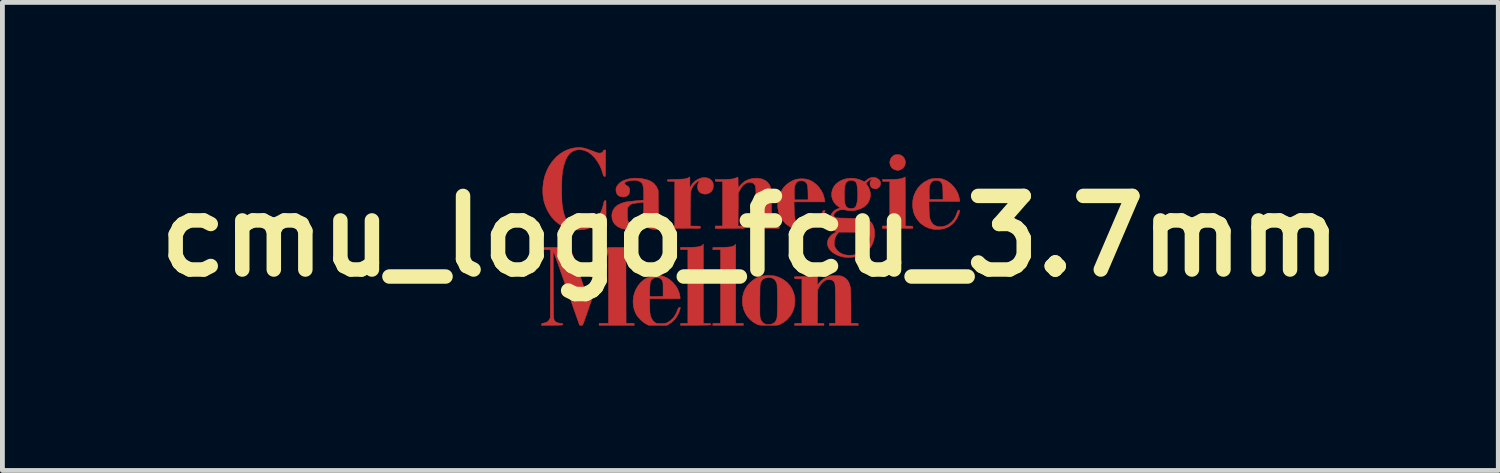
<source format=kicad_pcb>
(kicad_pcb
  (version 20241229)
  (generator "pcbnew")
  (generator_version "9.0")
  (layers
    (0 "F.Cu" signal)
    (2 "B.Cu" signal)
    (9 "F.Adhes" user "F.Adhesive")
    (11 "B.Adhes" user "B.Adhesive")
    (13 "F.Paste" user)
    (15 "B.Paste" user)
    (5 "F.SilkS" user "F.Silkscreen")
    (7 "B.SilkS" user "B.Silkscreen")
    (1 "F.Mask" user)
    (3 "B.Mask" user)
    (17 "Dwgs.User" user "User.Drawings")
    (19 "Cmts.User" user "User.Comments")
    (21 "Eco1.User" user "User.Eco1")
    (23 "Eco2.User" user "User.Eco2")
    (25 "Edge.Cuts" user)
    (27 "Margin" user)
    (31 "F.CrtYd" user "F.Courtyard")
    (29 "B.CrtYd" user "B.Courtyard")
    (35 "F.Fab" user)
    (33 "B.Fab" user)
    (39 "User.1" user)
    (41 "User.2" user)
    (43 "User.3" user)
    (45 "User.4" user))
  (footprint "cmu_logo_fcu_3.7mm"
    (layer "F.Cu")
    (at 12.49 1.842)
    (property "Reference" "cmu_logo_fcu_3.7mm" (at 0 0 0) (layer "F.SilkS") (effects (font (size 1.524 1.524) (thickness 0.3))))
    (attr through_hole)
    (fp_poly (pts (xy -0.305 1.803) (xy -0.224 1.803) (xy -0.187 1.804) (xy -0.164 1.805) (xy -0.151 1.807) (xy -0.145 1.812) (xy -0.144 1.821) (xy -0.144 1.825) (xy -0.144 1.846) (xy -0.779 1.846) (xy -0.779 1.825) (xy -0.778 1.815) (xy -0.775 1.809) (xy -0.764 1.805) (xy -0.745 1.804) (xy -0.712 1.803) (xy -0.699 1.803) (xy -0.618 1.803) (xy -0.618 0.279) (xy -0.78 0.279) (xy -0.777 0.256) (xy -0.775 0.233) (xy -0.61 0.23) (xy -0.535 0.229) (xy -0.476 0.226) (xy -0.429 0.222) (xy -0.393 0.217) (xy -0.366 0.209) (xy -0.345 0.199) (xy -0.33 0.189) (xy -0.305 0.168) (xy -0.305 1.803)) (stroke (width 0.01) (type solid)) (fill yes) (layer "F.Cu"))
    (fp_poly (pts (xy 3.082 -1.688) (xy 3.107 -1.683) (xy 3.129 -1.672) (xy 3.139 -1.666) (xy 3.176 -1.633) (xy 3.199 -1.591) (xy 3.21 -1.545) (xy 3.207 -1.497) (xy 3.191 -1.452) (xy 3.168 -1.419) (xy 3.138 -1.394) (xy 3.101 -1.375) (xy 3.065 -1.365) (xy 3.052 -1.364) (xy 3.027 -1.367) (xy 2.998 -1.374) (xy 2.994 -1.376) (xy 2.965 -1.39) (xy 2.938 -1.409) (xy 2.936 -1.411) (xy 2.906 -1.45) (xy 2.89 -1.495) (xy 2.887 -1.542) (xy 2.898 -1.589) (xy 2.921 -1.631) (xy 2.956 -1.665) (xy 2.957 -1.665) (xy 2.979 -1.679) (xy 3.001 -1.686) (xy 3.028 -1.689) (xy 3.048 -1.689) (xy 3.082 -1.688)) (stroke (width 0.01) (type solid)) (fill yes) (layer "F.Cu"))
    (fp_poly (pts (xy -0.974 1.803) (xy -0.895 1.805) (xy -0.859 1.807) (xy -0.835 1.809) (xy -0.823 1.812) (xy -0.818 1.818) (xy -0.817 1.825) (xy -0.817 1.829) (xy -0.82 1.832) (xy -0.826 1.835) (xy -0.837 1.838) (xy -0.855 1.839) (xy -0.881 1.841) (xy -0.917 1.842) (xy -0.965 1.842) (xy -1.026 1.843) (xy -1.102 1.844) (xy -1.132 1.844) (xy -1.448 1.846) (xy -1.448 1.825) (xy -1.447 1.815) (xy -1.443 1.808) (xy -1.433 1.805) (xy -1.412 1.804) (xy -1.379 1.803) (xy -1.372 1.803) (xy -1.295 1.803) (xy -1.295 0.279) (xy -1.448 0.279) (xy -1.448 0.231) (xy -1.278 0.229) (xy -1.2 0.228) (xy -1.138 0.225) (xy -1.088 0.22) (xy -1.05 0.212) (xy -1.021 0.203) (xy -1 0.19) (xy -0.993 0.184) (xy -0.974 0.166) (xy -0.974 1.803)) (stroke (width 0.01) (type solid)) (fill yes) (layer "F.Cu"))
    (fp_poly (pts (xy 3.205 -1.219) (xy 3.206 -1.196) (xy 3.207 -1.158) (xy 3.207 -1.108) (xy 3.208 -1.046) (xy 3.208 -0.976) (xy 3.209 -0.896) (xy 3.209 -0.811) (xy 3.209 -0.72) (xy 3.209 -0.212) (xy 3.287 -0.21) (xy 3.324 -0.209) (xy 3.347 -0.207) (xy 3.359 -0.203) (xy 3.364 -0.198) (xy 3.365 -0.189) (xy 3.365 -0.186) (xy 3.365 -0.165) (xy 3.05 -0.164) (xy 2.735 -0.162) (xy 2.735 -0.212) (xy 2.887 -0.212) (xy 2.887 -1.135) (xy 2.811 -1.135) (xy 2.775 -1.135) (xy 2.752 -1.136) (xy 2.74 -1.139) (xy 2.736 -1.144) (xy 2.735 -1.154) (xy 2.735 -1.156) (xy 2.735 -1.177) (xy 2.893 -1.177) (xy 2.977 -1.178) (xy 3.046 -1.182) (xy 3.1 -1.189) (xy 3.142 -1.198) (xy 3.173 -1.211) (xy 3.181 -1.215) (xy 3.197 -1.225) (xy 3.204 -1.228) (xy 3.205 -1.219)) (stroke (width 0.01) (type solid)) (fill yes) (layer "F.Cu"))
    (fp_poly (pts (xy -1.253 -1.116) (xy -1.253 -1.003) (xy -1.228 -1.046) (xy -1.191 -1.099) (xy -1.146 -1.142) (xy -1.096 -1.175) (xy -1.042 -1.199) (xy -0.988 -1.212) (xy -0.934 -1.214) (xy -0.884 -1.205) (xy -0.839 -1.185) (xy -0.802 -1.153) (xy -0.781 -1.122) (xy -0.77 -1.088) (xy -0.767 -1.046) (xy -0.771 -1.003) (xy -0.782 -0.966) (xy -0.784 -0.961) (xy -0.813 -0.921) (xy -0.853 -0.893) (xy -0.898 -0.876) (xy -0.947 -0.872) (xy -0.995 -0.881) (xy -1.04 -0.903) (xy -1.053 -0.913) (xy -1.077 -0.945) (xy -1.091 -0.986) (xy -1.094 -1.032) (xy -1.087 -1.079) (xy -1.072 -1.113) (xy -1.061 -1.135) (xy -1.056 -1.148) (xy -1.057 -1.151) (xy -1.066 -1.147) (xy -1.085 -1.135) (xy -1.106 -1.122) (xy -1.157 -1.076) (xy -1.199 -1.017) (xy -1.222 -0.967) (xy -1.227 -0.954) (xy -1.23 -0.942) (xy -1.233 -0.927) (xy -1.236 -0.909) (xy -1.238 -0.885) (xy -1.239 -0.854) (xy -1.24 -0.814) (xy -1.241 -0.764) (xy -1.242 -0.702) (xy -1.242 -0.625) (xy -1.243 -0.565) (xy -1.245 -0.212) (xy -1.037 -0.207) (xy -1.037 -0.165) (xy -1.378 -0.164) (xy -1.465 -0.163) (xy -1.536 -0.163) (xy -1.593 -0.163) (xy -1.638 -0.164) (xy -1.671 -0.165) (xy -1.695 -0.166) (xy -1.711 -0.168) (xy -1.72 -0.171) (xy -1.724 -0.174) (xy -1.724 -0.174) (xy -1.728 -0.19) (xy -1.723 -0.201) (xy -1.706 -0.208) (xy -1.677 -0.211) (xy -1.643 -0.212) (xy -1.566 -0.212) (xy -1.566 -1.134) (xy -1.645 -1.136) (xy -1.681 -1.138) (xy -1.705 -1.14) (xy -1.717 -1.143) (xy -1.722 -1.149) (xy -1.723 -1.156) (xy -1.722 -1.161) (xy -1.719 -1.166) (xy -1.71 -1.169) (xy -1.695 -1.171) (xy -1.67 -1.173) (xy -1.634 -1.175) (xy -1.584 -1.177) (xy -1.541 -1.178) (xy -1.475 -1.18) (xy -1.424 -1.182) (xy -1.384 -1.185) (xy -1.353 -1.189) (xy -1.328 -1.195) (xy -1.307 -1.201) (xy -1.287 -1.21) (xy -1.28 -1.214) (xy -1.253 -1.228) (xy -1.253 -1.116)) (stroke (width 0.01) (type solid)) (fill yes) (layer "F.Cu"))
    (fp_poly (pts (xy 1.096 -1.189) (xy 1.154 -1.183) (xy 1.202 -1.172) (xy 1.206 -1.17) (xy 1.285 -1.133) (xy 1.355 -1.081) (xy 1.417 -1.018) (xy 1.469 -0.946) (xy 1.508 -0.867) (xy 1.532 -0.783) (xy 1.537 -0.756) (xy 1.543 -0.711) (xy 0.904 -0.711) (xy 0.908 -0.552) (xy 0.91 -0.492) (xy 0.912 -0.445) (xy 0.916 -0.408) (xy 0.92 -0.379) (xy 0.925 -0.354) (xy 0.93 -0.337) (xy 0.956 -0.281) (xy 0.993 -0.237) (xy 1.039 -0.207) (xy 1.095 -0.191) (xy 1.16 -0.188) (xy 1.164 -0.189) (xy 1.237 -0.203) (xy 1.304 -0.232) (xy 1.363 -0.276) (xy 1.414 -0.333) (xy 1.456 -0.403) (xy 1.483 -0.472) (xy 1.494 -0.503) (xy 1.502 -0.522) (xy 1.511 -0.53) (xy 1.522 -0.533) (xy 1.526 -0.533) (xy 1.548 -0.533) (xy 1.536 -0.489) (xy 1.503 -0.401) (xy 1.46 -0.324) (xy 1.405 -0.258) (xy 1.341 -0.205) (xy 1.268 -0.166) (xy 1.219 -0.149) (xy 1.173 -0.14) (xy 1.119 -0.134) (xy 1.063 -0.131) (xy 1.012 -0.133) (xy 0.994 -0.135) (xy 0.904 -0.157) (xy 0.821 -0.194) (xy 0.747 -0.246) (xy 0.715 -0.275) (xy 0.655 -0.346) (xy 0.611 -0.422) (xy 0.581 -0.505) (xy 0.567 -0.595) (xy 0.565 -0.643) (xy 0.568 -0.716) (xy 0.578 -0.78) (xy 0.596 -0.841) (xy 0.624 -0.905) (xy 0.909 -0.905) (xy 0.91 -0.86) (xy 0.912 -0.82) (xy 0.912 -0.811) (xy 0.916 -0.754) (xy 1.195 -0.754) (xy 1.193 -0.9) (xy 1.191 -0.963) (xy 1.187 -1.012) (xy 1.182 -1.05) (xy 1.174 -1.078) (xy 1.162 -1.1) (xy 1.146 -1.118) (xy 1.131 -1.13) (xy 1.104 -1.142) (xy 1.067 -1.148) (xy 1.028 -1.147) (xy 0.993 -1.139) (xy 0.976 -1.13) (xy 0.946 -1.099) (xy 0.925 -1.056) (xy 0.913 -1.001) (xy 0.91 -0.949) (xy 0.909 -0.905) (xy 0.624 -0.905) (xy 0.625 -0.908) (xy 0.628 -0.914) (xy 0.675 -0.991) (xy 0.735 -1.058) (xy 0.807 -1.114) (xy 0.889 -1.158) (xy 0.931 -1.174) (xy 0.979 -1.184) (xy 1.036 -1.19) (xy 1.096 -1.189)) (stroke (width 0.01) (type solid)) (fill yes) (layer "F.Cu"))
    (fp_poly (pts (xy -0.258 -1.219) (xy -0.256 -1.198) (xy -0.254 -1.167) (xy -0.254 -1.127) (xy -0.254 -1.112) (xy -0.253 -1.065) (xy -0.252 -1.033) (xy -0.25 -1.015) (xy -0.248 -1.008) (xy -0.244 -1.01) (xy -0.243 -1.011) (xy -0.221 -1.041) (xy -0.189 -1.075) (xy -0.153 -1.108) (xy -0.117 -1.136) (xy -0.094 -1.15) (xy -0.027 -1.179) (xy 0.043 -1.196) (xy 0.114 -1.202) (xy 0.183 -1.198) (xy 0.247 -1.183) (xy 0.304 -1.157) (xy 0.351 -1.122) (xy 0.379 -1.089) (xy 0.391 -1.07) (xy 0.402 -1.052) (xy 0.411 -1.034) (xy 0.418 -1.014) (xy 0.423 -0.991) (xy 0.428 -0.962) (xy 0.431 -0.927) (xy 0.433 -0.882) (xy 0.435 -0.828) (xy 0.436 -0.761) (xy 0.437 -0.681) (xy 0.438 -0.587) (xy 0.442 -0.212) (xy 0.519 -0.21) (xy 0.556 -0.209) (xy 0.579 -0.207) (xy 0.591 -0.203) (xy 0.596 -0.198) (xy 0.597 -0.188) (xy 0.597 -0.186) (xy 0.597 -0.165) (xy 0.294 -0.163) (xy -0.008 -0.161) (xy -0.008 -0.212) (xy 0.119 -0.212) (xy 0.117 -0.616) (xy 0.116 -0.709) (xy 0.116 -0.787) (xy 0.115 -0.851) (xy 0.114 -0.903) (xy 0.113 -0.944) (xy 0.112 -0.976) (xy 0.11 -1) (xy 0.108 -1.018) (xy 0.106 -1.031) (xy 0.103 -1.041) (xy 0.099 -1.05) (xy 0.097 -1.054) (xy 0.071 -1.088) (xy 0.035 -1.109) (xy -0.007 -1.117) (xy -0.054 -1.11) (xy -0.091 -1.096) (xy -0.142 -1.062) (xy -0.185 -1.013) (xy -0.223 -0.949) (xy -0.223 -0.948) (xy -0.25 -0.893) (xy -0.252 -0.552) (xy -0.255 -0.212) (xy -0.117 -0.212) (xy -0.123 -0.165) (xy -0.425 -0.163) (xy -0.728 -0.16) (xy -0.728 -0.212) (xy -0.576 -0.212) (xy -0.576 -1.135) (xy -0.652 -1.135) (xy -0.688 -1.135) (xy -0.71 -1.136) (xy -0.722 -1.139) (xy -0.727 -1.144) (xy -0.728 -1.154) (xy -0.728 -1.156) (xy -0.728 -1.177) (xy -0.578 -1.177) (xy -0.505 -1.177) (xy -0.447 -1.179) (xy -0.4 -1.183) (xy -0.36 -1.189) (xy -0.326 -1.198) (xy -0.294 -1.21) (xy -0.261 -1.225) (xy -0.26 -1.226) (xy -0.258 -1.219)) (stroke (width 0.01) (type solid)) (fill yes) (layer "F.Cu"))
    (fp_poly (pts (xy 3.89 -1.198) (xy 3.948 -1.192) (xy 3.996 -1.18) (xy 4 -1.179) (xy 4.079 -1.141) (xy 4.149 -1.09) (xy 4.211 -1.027) (xy 4.263 -0.955) (xy 4.302 -0.876) (xy 4.326 -0.792) (xy 4.331 -0.764) (xy 4.337 -0.72) (xy 3.698 -0.72) (xy 3.702 -0.561) (xy 3.704 -0.5) (xy 3.706 -0.453) (xy 3.71 -0.417) (xy 3.714 -0.388) (xy 3.719 -0.363) (xy 3.724 -0.346) (xy 3.75 -0.29) (xy 3.787 -0.246) (xy 3.833 -0.216) (xy 3.889 -0.199) (xy 3.954 -0.197) (xy 3.958 -0.197) (xy 4.031 -0.211) (xy 4.098 -0.241) (xy 4.157 -0.285) (xy 4.208 -0.342) (xy 4.25 -0.411) (xy 4.277 -0.481) (xy 4.288 -0.512) (xy 4.297 -0.531) (xy 4.306 -0.54) (xy 4.316 -0.542) (xy 4.329 -0.539) (xy 4.334 -0.529) (xy 4.332 -0.509) (xy 4.323 -0.476) (xy 4.318 -0.463) (xy 4.281 -0.377) (xy 4.233 -0.303) (xy 4.175 -0.243) (xy 4.107 -0.196) (xy 4.029 -0.163) (xy 4.013 -0.158) (xy 3.967 -0.149) (xy 3.913 -0.142) (xy 3.857 -0.14) (xy 3.806 -0.141) (xy 3.788 -0.144) (xy 3.698 -0.166) (xy 3.615 -0.203) (xy 3.541 -0.254) (xy 3.509 -0.283) (xy 3.449 -0.354) (xy 3.405 -0.43) (xy 3.375 -0.513) (xy 3.361 -0.604) (xy 3.359 -0.652) (xy 3.362 -0.724) (xy 3.372 -0.788) (xy 3.39 -0.85) (xy 3.418 -0.914) (xy 3.703 -0.914) (xy 3.704 -0.868) (xy 3.706 -0.829) (xy 3.706 -0.819) (xy 3.71 -0.762) (xy 3.989 -0.762) (xy 3.987 -0.908) (xy 3.985 -0.972) (xy 3.981 -1.021) (xy 3.976 -1.058) (xy 3.968 -1.087) (xy 3.956 -1.109) (xy 3.94 -1.126) (xy 3.925 -1.138) (xy 3.898 -1.151) (xy 3.861 -1.156) (xy 3.822 -1.155) (xy 3.787 -1.147) (xy 3.77 -1.138) (xy 3.74 -1.107) (xy 3.719 -1.065) (xy 3.707 -1.009) (xy 3.704 -0.958) (xy 3.703 -0.914) (xy 3.418 -0.914) (xy 3.419 -0.917) (xy 3.422 -0.922) (xy 3.469 -0.999) (xy 3.529 -1.066) (xy 3.601 -1.122) (xy 3.683 -1.166) (xy 3.725 -1.182) (xy 3.773 -1.193) (xy 3.83 -1.198) (xy 3.89 -1.198)) (stroke (width 0.01) (type solid)) (fill yes) (layer "F.Cu"))
    (fp_poly (pts (xy -1.888 0.814) (xy -1.822 0.824) (xy -1.806 0.828) (xy -1.732 0.859) (xy -1.662 0.905) (xy -1.599 0.962) (xy -1.544 1.029) (xy -1.501 1.104) (xy -1.471 1.183) (xy -1.469 1.191) (xy -1.462 1.223) (xy -1.457 1.253) (xy -1.456 1.268) (xy -1.456 1.295) (xy -1.772 1.295) (xy -2.087 1.295) (xy -2.085 1.42) (xy -2.084 1.47) (xy -2.083 1.518) (xy -2.081 1.561) (xy -2.079 1.593) (xy -2.078 1.598) (xy -2.067 1.654) (xy -2.045 1.706) (xy -2.016 1.75) (xy -1.983 1.782) (xy -1.966 1.793) (xy -1.951 1.801) (xy -1.934 1.805) (xy -1.91 1.807) (xy -1.876 1.808) (xy -1.851 1.808) (xy -1.809 1.807) (xy -1.779 1.806) (xy -1.756 1.802) (xy -1.737 1.796) (xy -1.716 1.786) (xy -1.711 1.784) (xy -1.646 1.74) (xy -1.59 1.683) (xy -1.545 1.613) (xy -1.511 1.534) (xy -1.499 1.503) (xy -1.49 1.486) (xy -1.479 1.477) (xy -1.469 1.475) (xy -1.454 1.474) (xy -1.45 1.482) (xy -1.453 1.496) (xy -1.48 1.578) (xy -1.518 1.655) (xy -1.566 1.722) (xy -1.623 1.778) (xy -1.684 1.819) (xy -1.734 1.846) (xy -1.919 1.845) (xy -2.104 1.845) (xy -2.159 1.818) (xy -2.204 1.79) (xy -2.253 1.751) (xy -2.299 1.705) (xy -2.339 1.658) (xy -2.369 1.612) (xy -2.369 1.611) (xy -2.404 1.527) (xy -2.424 1.44) (xy -2.43 1.352) (xy -2.423 1.265) (xy -2.418 1.244) (xy -2.087 1.244) (xy -2.066 1.246) (xy -2.05 1.247) (xy -2.021 1.248) (xy -1.982 1.248) (xy -1.938 1.247) (xy -1.926 1.247) (xy -1.808 1.245) (xy -1.808 1.099) (xy -1.808 1.045) (xy -1.809 1.004) (xy -1.81 0.975) (xy -1.813 0.954) (xy -1.817 0.938) (xy -1.823 0.924) (xy -1.825 0.919) (xy -1.851 0.886) (xy -1.886 0.864) (xy -1.926 0.855) (xy -1.967 0.857) (xy -2.007 0.871) (xy -2.041 0.897) (xy -2.061 0.923) (xy -2.068 0.936) (xy -2.073 0.951) (xy -2.076 0.972) (xy -2.079 1) (xy -2.081 1.04) (xy -2.083 1.093) (xy -2.083 1.098) (xy -2.087 1.244) (xy -2.418 1.244) (xy -2.403 1.179) (xy -2.37 1.099) (xy -2.326 1.024) (xy -2.271 0.958) (xy -2.206 0.902) (xy -2.132 0.857) (xy -2.095 0.842) (xy -2.031 0.823) (xy -1.959 0.814) (xy -1.888 0.814)) (stroke (width 0.01) (type solid)) (fill yes) (layer "F.Cu"))
    (fp_poly (pts (xy 1.384 0.794) (xy 1.386 0.805) (xy 1.388 0.825) (xy 1.388 0.858) (xy 1.389 0.903) (xy 1.389 1.02) (xy 1.418 0.976) (xy 1.459 0.928) (xy 1.513 0.884) (xy 1.576 0.848) (xy 1.593 0.84) (xy 1.616 0.831) (xy 1.637 0.824) (xy 1.659 0.82) (xy 1.687 0.818) (xy 1.725 0.818) (xy 1.761 0.817) (xy 1.81 0.818) (xy 1.845 0.819) (xy 1.871 0.822) (xy 1.891 0.827) (xy 1.91 0.834) (xy 1.915 0.836) (xy 1.97 0.869) (xy 2.014 0.914) (xy 2.046 0.971) (xy 2.067 1.041) (xy 2.074 1.078) (xy 2.076 1.103) (xy 2.078 1.142) (xy 2.08 1.194) (xy 2.081 1.257) (xy 2.082 1.328) (xy 2.083 1.405) (xy 2.083 1.474) (xy 2.083 1.803) (xy 2.159 1.803) (xy 2.195 1.804) (xy 2.217 1.805) (xy 2.229 1.808) (xy 2.234 1.813) (xy 2.235 1.823) (xy 2.235 1.825) (xy 2.235 1.846) (xy 1.634 1.846) (xy 1.634 1.825) (xy 1.635 1.814) (xy 1.64 1.807) (xy 1.652 1.804) (xy 1.675 1.803) (xy 1.698 1.803) (xy 1.761 1.803) (xy 1.761 1.411) (xy 1.761 1.313) (xy 1.761 1.23) (xy 1.76 1.161) (xy 1.759 1.104) (xy 1.757 1.059) (xy 1.754 1.023) (xy 1.751 0.995) (xy 1.746 0.973) (xy 1.74 0.957) (xy 1.733 0.944) (xy 1.724 0.933) (xy 1.714 0.923) (xy 1.689 0.908) (xy 1.654 0.9) (xy 1.615 0.898) (xy 1.577 0.904) (xy 1.571 0.906) (xy 1.537 0.923) (xy 1.5 0.953) (xy 1.464 0.991) (xy 1.434 1.034) (xy 1.422 1.055) (xy 1.393 1.112) (xy 1.388 1.803) (xy 1.456 1.803) (xy 1.49 1.804) (xy 1.51 1.805) (xy 1.52 1.809) (xy 1.524 1.816) (xy 1.524 1.825) (xy 1.524 1.846) (xy 0.914 1.846) (xy 0.914 1.825) (xy 0.915 1.815) (xy 0.919 1.808) (xy 0.93 1.805) (xy 0.95 1.804) (xy 0.984 1.803) (xy 0.991 1.803) (xy 1.067 1.803) (xy 1.067 0.881) (xy 0.991 0.881) (xy 0.955 0.88) (xy 0.932 0.879) (xy 0.92 0.876) (xy 0.915 0.871) (xy 0.914 0.861) (xy 0.914 0.86) (xy 0.914 0.84) (xy 1.09 0.836) (xy 1.154 0.834) (xy 1.205 0.832) (xy 1.245 0.829) (xy 1.277 0.824) (xy 1.306 0.818) (xy 1.334 0.808) (xy 1.364 0.796) (xy 1.374 0.792) (xy 1.38 0.791) (xy 1.384 0.794)) (stroke (width 0.01) (type solid)) (fill yes) (layer "F.Cu"))
    (fp_poly (pts (xy 0.461 0.817) (xy 0.504 0.823) (xy 0.51 0.824) (xy 0.601 0.854) (xy 0.683 0.897) (xy 0.755 0.952) (xy 0.816 1.018) (xy 0.864 1.094) (xy 0.898 1.178) (xy 0.91 1.224) (xy 0.922 1.318) (xy 0.918 1.41) (xy 0.9 1.499) (xy 0.867 1.582) (xy 0.821 1.657) (xy 0.762 1.725) (xy 0.692 1.781) (xy 0.611 1.826) (xy 0.604 1.829) (xy 0.59 1.835) (xy 0.575 1.839) (xy 0.555 1.842) (xy 0.53 1.844) (xy 0.495 1.845) (xy 0.449 1.845) (xy 0.389 1.845) (xy 0.378 1.845) (xy 0.315 1.845) (xy 0.267 1.844) (xy 0.23 1.843) (xy 0.203 1.841) (xy 0.182 1.838) (xy 0.165 1.834) (xy 0.15 1.829) (xy 0.072 1.788) (xy 0.002 1.734) (xy -0.057 1.67) (xy -0.104 1.596) (xy -0.139 1.515) (xy -0.147 1.482) (xy 0.196 1.482) (xy 0.196 1.54) (xy 0.196 1.586) (xy 0.197 1.622) (xy 0.199 1.65) (xy 0.201 1.671) (xy 0.203 1.688) (xy 0.207 1.702) (xy 0.208 1.707) (xy 0.227 1.749) (xy 0.255 1.785) (xy 0.286 1.81) (xy 0.307 1.819) (xy 0.355 1.827) (xy 0.404 1.826) (xy 0.449 1.817) (xy 0.463 1.811) (xy 0.499 1.787) (xy 0.527 1.753) (xy 0.546 1.709) (xy 0.55 1.69) (xy 0.553 1.656) (xy 0.556 1.61) (xy 0.558 1.554) (xy 0.559 1.491) (xy 0.56 1.423) (xy 0.561 1.352) (xy 0.56 1.28) (xy 0.56 1.211) (xy 0.558 1.146) (xy 0.556 1.088) (xy 0.554 1.039) (xy 0.551 1.002) (xy 0.548 0.978) (xy 0.546 0.975) (xy 0.522 0.924) (xy 0.489 0.888) (xy 0.447 0.865) (xy 0.395 0.856) (xy 0.365 0.857) (xy 0.311 0.865) (xy 0.269 0.885) (xy 0.236 0.917) (xy 0.219 0.946) (xy 0.214 0.956) (xy 0.21 0.966) (xy 0.207 0.978) (xy 0.204 0.993) (xy 0.202 1.013) (xy 0.2 1.04) (xy 0.199 1.075) (xy 0.198 1.121) (xy 0.198 1.178) (xy 0.197 1.249) (xy 0.196 1.324) (xy 0.196 1.411) (xy 0.196 1.482) (xy -0.147 1.482) (xy -0.16 1.429) (xy -0.168 1.34) (xy -0.16 1.249) (xy -0.157 1.236) (xy -0.136 1.155) (xy -0.104 1.085) (xy -0.061 1.021) (xy -0.014 0.969) (xy 0.043 0.918) (xy 0.1 0.879) (xy 0.164 0.849) (xy 0.209 0.833) (xy 0.247 0.824) (xy 0.296 0.819) (xy 0.352 0.815) (xy 0.409 0.815) (xy 0.461 0.817)) (stroke (width 0.01) (type solid)) (fill yes) (layer "F.Cu"))
    (fp_poly (pts (xy -3.509 -1.835) (xy -3.464 -1.829) (xy -3.417 -1.818) (xy -3.362 -1.8) (xy -3.297 -1.776) (xy -3.282 -1.77) (xy -3.239 -1.754) (xy -3.199 -1.739) (xy -3.166 -1.728) (xy -3.143 -1.722) (xy -3.141 -1.722) (xy -3.103 -1.722) (xy -3.072 -1.733) (xy -3.052 -1.755) (xy -3.049 -1.762) (xy -3.038 -1.781) (xy -3.021 -1.786) (xy -3.019 -1.786) (xy -2.997 -1.786) (xy -2.999 -1.513) (xy -3.001 -1.24) (xy -3.021 -1.24) (xy -3.032 -1.242) (xy -3.04 -1.25) (xy -3.047 -1.267) (xy -3.056 -1.296) (xy -3.057 -1.301) (xy -3.085 -1.388) (xy -3.123 -1.472) (xy -3.17 -1.551) (xy -3.223 -1.622) (xy -3.281 -1.683) (xy -3.342 -1.731) (xy -3.368 -1.747) (xy -3.428 -1.773) (xy -3.493 -1.789) (xy -3.554 -1.793) (xy -3.569 -1.792) (xy -3.633 -1.779) (xy -3.69 -1.753) (xy -3.74 -1.713) (xy -3.784 -1.659) (xy -3.821 -1.59) (xy -3.852 -1.507) (xy -3.877 -1.408) (xy -3.892 -1.327) (xy -3.897 -1.286) (xy -3.901 -1.231) (xy -3.904 -1.165) (xy -3.906 -1.091) (xy -3.907 -1.014) (xy -3.908 -0.935) (xy -3.907 -0.858) (xy -3.905 -0.785) (xy -3.903 -0.722) (xy -3.899 -0.669) (xy -3.896 -0.643) (xy -3.878 -0.535) (xy -3.855 -0.443) (xy -3.826 -0.365) (xy -3.791 -0.302) (xy -3.75 -0.252) (xy -3.702 -0.214) (xy -3.674 -0.199) (xy -3.649 -0.189) (xy -3.628 -0.182) (xy -3.606 -0.179) (xy -3.578 -0.178) (xy -3.539 -0.179) (xy -3.532 -0.18) (xy -3.451 -0.188) (xy -3.381 -0.207) (xy -3.317 -0.239) (xy -3.257 -0.285) (xy -3.219 -0.321) (xy -3.156 -0.398) (xy -3.103 -0.486) (xy -3.064 -0.582) (xy -3.043 -0.664) (xy -3.035 -0.699) (xy -3.029 -0.721) (xy -3.023 -0.732) (xy -3.015 -0.736) (xy -3.009 -0.737) (xy -2.99 -0.737) (xy -2.989 -0.453) (xy -2.99 -0.384) (xy -2.99 -0.321) (xy -2.991 -0.266) (xy -2.992 -0.221) (xy -2.994 -0.188) (xy -2.995 -0.169) (xy -2.997 -0.166) (xy -3.013 -0.164) (xy -3.029 -0.177) (xy -3.04 -0.196) (xy -3.054 -0.219) (xy -3.075 -0.241) (xy -3.098 -0.257) (xy -3.115 -0.262) (xy -3.128 -0.259) (xy -3.153 -0.249) (xy -3.186 -0.234) (xy -3.223 -0.217) (xy -3.227 -0.215) (xy -3.271 -0.195) (xy -3.317 -0.175) (xy -3.359 -0.16) (xy -3.387 -0.151) (xy -3.437 -0.142) (xy -3.497 -0.135) (xy -3.56 -0.131) (xy -3.62 -0.131) (xy -3.672 -0.135) (xy -3.679 -0.136) (xy -3.782 -0.16) (xy -3.879 -0.2) (xy -3.969 -0.255) (xy -4.05 -0.323) (xy -4.122 -0.403) (xy -4.183 -0.496) (xy -4.199 -0.525) (xy -4.241 -0.617) (xy -4.271 -0.706) (xy -4.29 -0.797) (xy -4.299 -0.895) (xy -4.299 -0.998) (xy -4.287 -1.12) (xy -4.26 -1.239) (xy -4.219 -1.352) (xy -4.166 -1.457) (xy -4.1 -1.553) (xy -4.023 -1.638) (xy -3.954 -1.697) (xy -3.865 -1.755) (xy -3.77 -1.798) (xy -3.672 -1.825) (xy -3.573 -1.837) (xy -3.553 -1.837) (xy -3.509 -1.835)) (stroke (width 0.01) (type solid)) (fill yes) (layer "F.Cu"))
    (fp_poly (pts (xy -2.313 -1.2) (xy -2.25 -1.193) (xy -2.164 -1.176) (xy -2.092 -1.153) (xy -2.034 -1.121) (xy -1.987 -1.082) (xy -1.95 -1.034) (xy -1.937 -1.009) (xy -1.909 -0.953) (xy -1.905 -0.607) (xy -1.904 -0.521) (xy -1.903 -0.451) (xy -1.902 -0.394) (xy -1.901 -0.35) (xy -1.899 -0.316) (xy -1.898 -0.291) (xy -1.896 -0.274) (xy -1.893 -0.263) (xy -1.89 -0.255) (xy -1.887 -0.251) (xy -1.884 -0.249) (xy -1.861 -0.238) (xy -1.837 -0.242) (xy -1.828 -0.246) (xy -1.813 -0.261) (xy -1.797 -0.286) (xy -1.785 -0.314) (xy -1.778 -0.34) (xy -1.778 -0.345) (xy -1.774 -0.359) (xy -1.759 -0.364) (xy -1.756 -0.364) (xy -1.742 -0.363) (xy -1.736 -0.357) (xy -1.737 -0.341) (xy -1.739 -0.326) (xy -1.754 -0.268) (xy -1.783 -0.22) (xy -1.824 -0.183) (xy -1.877 -0.157) (xy -1.939 -0.143) (xy -1.977 -0.141) (xy -2.046 -0.148) (xy -2.105 -0.169) (xy -2.155 -0.203) (xy -2.196 -0.252) (xy -2.2 -0.259) (xy -2.208 -0.269) (xy -2.215 -0.267) (xy -2.227 -0.253) (xy -2.227 -0.253) (xy -2.263 -0.218) (xy -2.312 -0.188) (xy -2.37 -0.165) (xy -2.435 -0.148) (xy -2.503 -0.14) (xy -2.57 -0.141) (xy -2.616 -0.148) (xy -2.692 -0.17) (xy -2.755 -0.203) (xy -2.804 -0.245) (xy -2.841 -0.297) (xy -2.863 -0.357) (xy -2.87 -0.424) (xy -2.863 -0.49) (xy -2.548 -0.49) (xy -2.548 -0.443) (xy -2.546 -0.397) (xy -2.543 -0.356) (xy -2.538 -0.324) (xy -2.536 -0.317) (xy -2.514 -0.271) (xy -2.479 -0.234) (xy -2.46 -0.222) (xy -2.432 -0.213) (xy -2.395 -0.212) (xy -2.357 -0.217) (xy -2.325 -0.227) (xy -2.318 -0.231) (xy -2.285 -0.257) (xy -2.257 -0.291) (xy -2.233 -0.336) (xy -2.227 -0.352) (xy -2.222 -0.369) (xy -2.218 -0.39) (xy -2.215 -0.417) (xy -2.214 -0.454) (xy -2.212 -0.504) (xy -2.211 -0.54) (xy -2.21 -0.596) (xy -2.21 -0.638) (xy -2.21 -0.667) (xy -2.211 -0.686) (xy -2.214 -0.696) (xy -2.217 -0.701) (xy -2.223 -0.702) (xy -2.224 -0.702) (xy -2.252 -0.701) (xy -2.289 -0.697) (xy -2.331 -0.691) (xy -2.374 -0.685) (xy -2.413 -0.678) (xy -2.444 -0.672) (xy -2.464 -0.667) (xy -2.464 -0.667) (xy -2.503 -0.642) (xy -2.532 -0.606) (xy -2.539 -0.59) (xy -2.544 -0.568) (xy -2.547 -0.533) (xy -2.548 -0.49) (xy -2.863 -0.49) (xy -2.862 -0.49) (xy -2.84 -0.549) (xy -2.802 -0.6) (xy -2.751 -0.643) (xy -2.685 -0.677) (xy -2.607 -0.703) (xy -2.593 -0.706) (xy -2.567 -0.711) (xy -2.528 -0.716) (xy -2.48 -0.722) (xy -2.427 -0.728) (xy -2.372 -0.734) (xy -2.32 -0.739) (xy -2.275 -0.743) (xy -2.24 -0.745) (xy -2.229 -0.745) (xy -2.221 -0.746) (xy -2.216 -0.749) (xy -2.213 -0.758) (xy -2.211 -0.776) (xy -2.21 -0.804) (xy -2.21 -0.846) (xy -2.21 -0.857) (xy -2.211 -0.936) (xy -2.216 -0.999) (xy -2.224 -1.047) (xy -2.235 -1.081) (xy -2.242 -1.092) (xy -2.275 -1.125) (xy -2.318 -1.146) (xy -2.372 -1.157) (xy -2.438 -1.157) (xy -2.48 -1.153) (xy -2.533 -1.143) (xy -2.573 -1.129) (xy -2.598 -1.112) (xy -2.606 -1.095) (xy -2.604 -1.083) (xy -2.592 -1.07) (xy -2.567 -1.054) (xy -2.563 -1.052) (xy -2.527 -1.027) (xy -2.507 -0.999) (xy -2.499 -0.964) (xy -2.5 -0.931) (xy -2.511 -0.884) (xy -2.534 -0.849) (xy -2.569 -0.826) (xy -2.615 -0.815) (xy -2.648 -0.815) (xy -2.699 -0.824) (xy -2.738 -0.845) (xy -2.765 -0.878) (xy -2.78 -0.924) (xy -2.783 -0.942) (xy -2.784 -0.976) (xy -2.779 -1.003) (xy -2.769 -1.027) (xy -2.737 -1.075) (xy -2.691 -1.117) (xy -2.632 -1.151) (xy -2.563 -1.176) (xy -2.486 -1.194) (xy -2.402 -1.202) (xy -2.313 -1.2)) (stroke (width 0.01) (type solid)) (fill yes) (layer "F.Cu"))
    (fp_poly (pts (xy -3.899 0.231) (xy -3.844 0.231) (xy -3.798 0.232) (xy -3.763 0.233) (xy -3.742 0.234) (xy -3.736 0.235) (xy -3.733 0.24) (xy -3.728 0.252) (xy -3.72 0.271) (xy -3.709 0.299) (xy -3.696 0.337) (xy -3.679 0.384) (xy -3.658 0.442) (xy -3.634 0.511) (xy -3.605 0.593) (xy -3.573 0.687) (xy -3.536 0.795) (xy -3.494 0.916) (xy -3.447 1.053) (xy -3.415 1.145) (xy -3.397 1.198) (xy -3.38 1.246) (xy -3.366 1.285) (xy -3.355 1.315) (xy -3.349 1.331) (xy -3.347 1.335) (xy -3.344 1.327) (xy -3.336 1.304) (xy -3.323 1.268) (xy -3.306 1.219) (xy -3.285 1.16) (xy -3.261 1.092) (xy -3.234 1.015) (xy -3.204 0.931) (xy -3.173 0.842) (xy -3.154 0.787) (xy -3.121 0.695) (xy -3.091 0.608) (xy -3.062 0.527) (xy -3.035 0.453) (xy -3.011 0.387) (xy -2.991 0.332) (xy -2.974 0.288) (xy -2.962 0.256) (xy -2.954 0.239) (xy -2.953 0.236) (xy -2.942 0.234) (xy -2.916 0.233) (xy -2.878 0.232) (xy -2.829 0.231) (xy -2.772 0.231) (xy -2.708 0.231) (xy -2.675 0.231) (xy -2.409 0.233) (xy -2.406 0.256) (xy -2.403 0.279) (xy -2.491 0.279) (xy -2.578 0.279) (xy -2.576 1.041) (xy -2.574 1.803) (xy -2.489 1.803) (xy -2.451 1.804) (xy -2.426 1.804) (xy -2.412 1.807) (xy -2.406 1.812) (xy -2.405 1.82) (xy -2.405 1.825) (xy -2.405 1.846) (xy -3.133 1.846) (xy -3.133 1.803) (xy -2.938 1.803) (xy -2.938 1.065) (xy -2.938 0.955) (xy -2.938 0.85) (xy -2.938 0.752) (xy -2.939 0.66) (xy -2.939 0.578) (xy -2.939 0.505) (xy -2.94 0.443) (xy -2.94 0.394) (xy -2.941 0.358) (xy -2.941 0.337) (xy -2.942 0.331) (xy -2.945 0.34) (xy -2.954 0.363) (xy -2.967 0.4) (xy -2.984 0.45) (xy -3.006 0.511) (xy -3.031 0.582) (xy -3.059 0.662) (xy -3.09 0.751) (xy -3.124 0.846) (xy -3.159 0.947) (xy -3.196 1.053) (xy -3.196 1.055) (xy -3.233 1.161) (xy -3.269 1.264) (xy -3.303 1.361) (xy -3.335 1.453) (xy -3.364 1.536) (xy -3.39 1.611) (xy -3.413 1.676) (xy -3.432 1.729) (xy -3.446 1.77) (xy -3.456 1.797) (xy -3.46 1.81) (xy -3.47 1.832) (xy -3.48 1.843) (xy -3.496 1.846) (xy -3.505 1.846) (xy -3.537 1.846) (xy -3.807 1.075) (xy -3.845 0.966) (xy -3.882 0.861) (xy -3.917 0.762) (xy -3.949 0.67) (xy -3.979 0.585) (xy -4.006 0.51) (xy -4.03 0.445) (xy -4.049 0.391) (xy -4.064 0.349) (xy -4.075 0.32) (xy -4.08 0.306) (xy -4.081 0.305) (xy -4.082 0.313) (xy -4.082 0.338) (xy -4.083 0.377) (xy -4.083 0.431) (xy -4.083 0.498) (xy -4.083 0.578) (xy -4.083 0.67) (xy -4.083 0.773) (xy -4.082 0.885) (xy -4.082 1.007) (xy -4.081 1.137) (xy -4.08 1.274) (xy -4.079 1.418) (xy -4.079 1.439) (xy -4.078 1.515) (xy -4.077 1.575) (xy -4.076 1.622) (xy -4.075 1.658) (xy -4.073 1.685) (xy -4.071 1.705) (xy -4.068 1.72) (xy -4.064 1.731) (xy -4.061 1.738) (xy -4.042 1.765) (xy -4.015 1.784) (xy -3.977 1.796) (xy -3.938 1.802) (xy -3.908 1.806) (xy -3.891 1.81) (xy -3.883 1.817) (xy -3.882 1.825) (xy -3.883 1.83) (xy -3.886 1.834) (xy -3.893 1.837) (xy -3.906 1.839) (xy -3.928 1.841) (xy -3.96 1.842) (xy -4.004 1.843) (xy -4.061 1.843) (xy -4.104 1.844) (xy -4.326 1.846) (xy -4.326 1.827) (xy -4.324 1.815) (xy -4.316 1.808) (xy -4.296 1.802) (xy -4.277 1.798) (xy -4.231 1.786) (xy -4.198 1.768) (xy -4.174 1.742) (xy -4.163 1.724) (xy -4.144 1.689) (xy -4.142 0.984) (xy -4.14 0.279) (xy -4.319 0.279) (xy -4.316 0.256) (xy -4.314 0.233) (xy -4.03 0.231) (xy -3.962 0.231) (xy -3.899 0.231)) (stroke (width 0.01) (type solid)) (fill yes) (layer "F.Cu"))
    (fp_poly (pts (xy 2.605 -1.209) (xy 2.624 -1.2) (xy 2.664 -1.173) (xy 2.688 -1.139) (xy 2.697 -1.099) (xy 2.689 -1.056) (xy 2.684 -1.044) (xy 2.662 -1.011) (xy 2.63 -0.99) (xy 2.587 -0.982) (xy 2.579 -0.982) (xy 2.541 -0.989) (xy 2.51 -1.009) (xy 2.489 -1.038) (xy 2.477 -1.072) (xy 2.477 -1.109) (xy 2.49 -1.144) (xy 2.504 -1.162) (xy 2.516 -1.178) (xy 2.515 -1.185) (xy 2.503 -1.183) (xy 2.479 -1.171) (xy 2.471 -1.166) (xy 2.45 -1.15) (xy 2.428 -1.13) (xy 2.409 -1.11) (xy 2.398 -1.093) (xy 2.396 -1.088) (xy 2.401 -1.078) (xy 2.414 -1.061) (xy 2.421 -1.054) (xy 2.445 -1.017) (xy 2.466 -0.969) (xy 2.481 -0.915) (xy 2.485 -0.888) (xy 2.485 -0.825) (xy 2.47 -0.761) (xy 2.442 -0.701) (xy 2.402 -0.649) (xy 2.392 -0.64) (xy 2.336 -0.597) (xy 2.268 -0.564) (xy 2.194 -0.541) (xy 2.118 -0.529) (xy 2.044 -0.53) (xy 2.002 -0.537) (xy 1.941 -0.549) (xy 1.89 -0.55) (xy 1.844 -0.542) (xy 1.821 -0.533) (xy 1.784 -0.512) (xy 1.755 -0.488) (xy 1.735 -0.461) (xy 1.727 -0.435) (xy 1.732 -0.412) (xy 1.734 -0.411) (xy 1.741 -0.402) (xy 1.748 -0.395) (xy 1.758 -0.389) (xy 1.772 -0.385) (xy 1.793 -0.381) (xy 1.82 -0.379) (xy 1.858 -0.377) (xy 1.906 -0.375) (xy 1.968 -0.374) (xy 2.044 -0.372) (xy 2.069 -0.372) (xy 2.155 -0.37) (xy 2.225 -0.369) (xy 2.282 -0.367) (xy 2.328 -0.364) (xy 2.364 -0.36) (xy 2.393 -0.355) (xy 2.416 -0.349) (xy 2.435 -0.341) (xy 2.452 -0.33) (xy 2.469 -0.317) (xy 2.48 -0.308) (xy 2.519 -0.264) (xy 2.547 -0.209) (xy 2.565 -0.146) (xy 2.573 -0.076) (xy 2.571 -0.003) (xy 2.558 0.071) (xy 2.534 0.143) (xy 2.504 0.205) (xy 2.456 0.27) (xy 2.396 0.325) (xy 2.325 0.371) (xy 2.246 0.406) (xy 2.16 0.429) (xy 2.07 0.439) (xy 1.977 0.437) (xy 1.913 0.428) (xy 1.833 0.406) (xy 1.761 0.374) (xy 1.699 0.333) (xy 1.65 0.285) (xy 1.622 0.246) (xy 1.601 0.193) (xy 1.597 0.156) (xy 1.736 0.156) (xy 1.738 0.182) (xy 1.744 0.205) (xy 1.755 0.231) (xy 1.756 0.232) (xy 1.792 0.287) (xy 1.84 0.331) (xy 1.898 0.365) (xy 1.965 0.386) (xy 2.038 0.396) (xy 2.117 0.392) (xy 2.162 0.384) (xy 2.236 0.362) (xy 2.305 0.329) (xy 2.367 0.288) (xy 2.418 0.24) (xy 2.457 0.188) (xy 2.464 0.174) (xy 2.478 0.134) (xy 2.485 0.09) (xy 2.485 0.046) (xy 2.478 0.008) (xy 2.467 -0.014) (xy 2.452 -0.032) (xy 2.435 -0.046) (xy 2.413 -0.057) (xy 2.385 -0.066) (xy 2.35 -0.073) (xy 2.305 -0.078) (xy 2.249 -0.081) (xy 2.18 -0.083) (xy 2.097 -0.084) (xy 2.052 -0.084) (xy 1.83 -0.085) (xy 1.808 -0.058) (xy 1.769 -0.001) (xy 1.746 0.062) (xy 1.737 0.12) (xy 1.736 0.156) (xy 1.597 0.156) (xy 1.595 0.138) (xy 1.603 0.085) (xy 1.616 0.053) (xy 1.647 0.007) (xy 1.689 -0.034) (xy 1.736 -0.065) (xy 1.744 -0.069) (xy 1.785 -0.088) (xy 1.742 -0.114) (xy 1.706 -0.141) (xy 1.678 -0.177) (xy 1.673 -0.186) (xy 1.661 -0.209) (xy 1.653 -0.229) (xy 1.649 -0.25) (xy 1.647 -0.278) (xy 1.647 -0.318) (xy 1.647 -0.357) (xy 1.649 -0.385) (xy 1.653 -0.407) (xy 1.661 -0.428) (xy 1.674 -0.452) (xy 1.675 -0.454) (xy 1.71 -0.505) (xy 1.755 -0.542) (xy 1.812 -0.57) (xy 1.819 -0.572) (xy 1.864 -0.587) (xy 1.827 -0.61) (xy 1.771 -0.654) (xy 1.728 -0.706) (xy 1.699 -0.765) (xy 1.684 -0.827) (xy 1.683 -0.864) (xy 1.946 -0.864) (xy 1.948 -0.786) (xy 1.952 -0.722) (xy 1.96 -0.672) (xy 1.972 -0.635) (xy 1.989 -0.608) (xy 2.011 -0.59) (xy 2.038 -0.579) (xy 2.059 -0.576) (xy 2.11 -0.575) (xy 2.148 -0.584) (xy 2.165 -0.594) (xy 2.184 -0.619) (xy 2.199 -0.658) (xy 2.211 -0.709) (xy 2.219 -0.77) (xy 2.223 -0.838) (xy 2.222 -0.912) (xy 2.219 -0.958) (xy 2.213 -1.019) (xy 2.206 -1.064) (xy 2.196 -1.097) (xy 2.183 -1.121) (xy 2.166 -1.137) (xy 2.164 -1.139) (xy 2.132 -1.152) (xy 2.092 -1.158) (xy 2.052 -1.156) (xy 2.037 -1.152) (xy 2.009 -1.138) (xy 1.987 -1.117) (xy 1.97 -1.087) (xy 1.958 -1.046) (xy 1.95 -0.993) (xy 1.947 -0.927) (xy 1.946 -0.864) (xy 1.683 -0.864) (xy 1.682 -0.892) (xy 1.695 -0.955) (xy 1.722 -1.016) (xy 1.763 -1.072) (xy 1.785 -1.093) (xy 1.849 -1.14) (xy 1.921 -1.173) (xy 2.001 -1.194) (xy 2.083 -1.202) (xy 2.167 -1.196) (xy 2.25 -1.176) (xy 2.302 -1.155) (xy 2.364 -1.126) (xy 2.398 -1.156) (xy 2.448 -1.193) (xy 2.501 -1.214) (xy 2.554 -1.219) (xy 2.605 -1.209)) (stroke (width 0.01) (type solid)) (fill yes) (layer "F.Cu")))
  (gr_rect
    (start -3 -3)
    (end 27.979 6.693)
    (stroke (width 0.1) (type default))
    (fill no)
    (layer "Edge.Cuts")))
</source>
